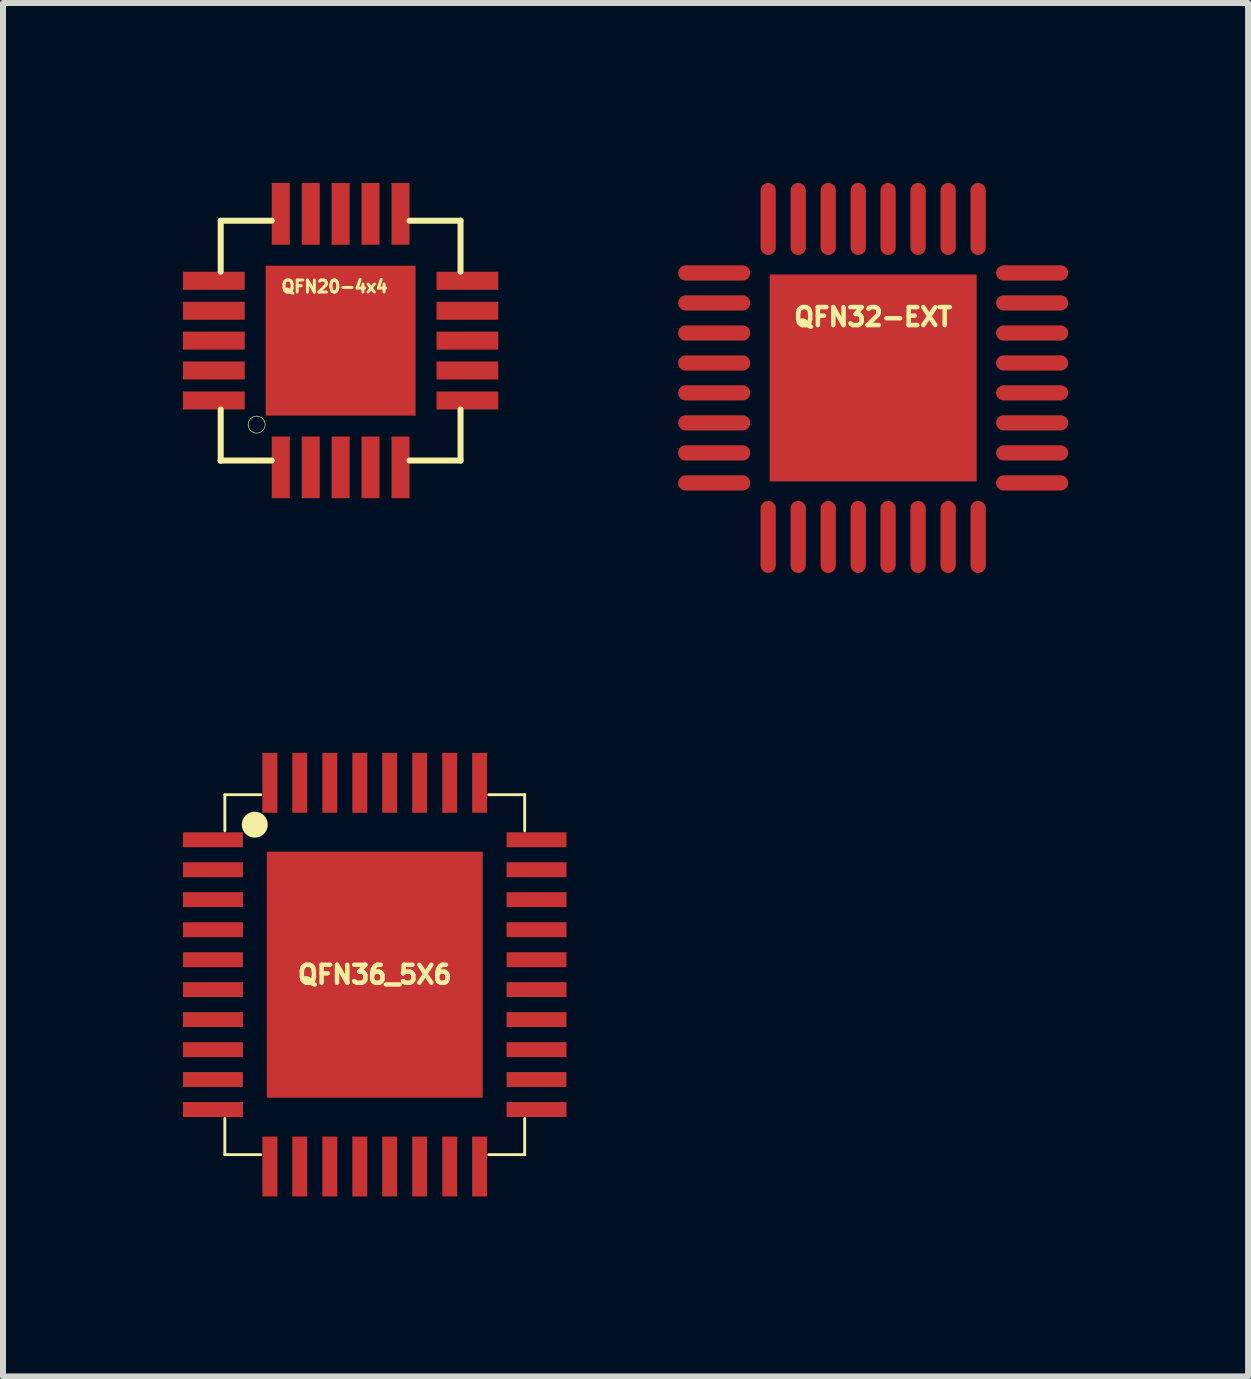
<source format=kicad_pcb>
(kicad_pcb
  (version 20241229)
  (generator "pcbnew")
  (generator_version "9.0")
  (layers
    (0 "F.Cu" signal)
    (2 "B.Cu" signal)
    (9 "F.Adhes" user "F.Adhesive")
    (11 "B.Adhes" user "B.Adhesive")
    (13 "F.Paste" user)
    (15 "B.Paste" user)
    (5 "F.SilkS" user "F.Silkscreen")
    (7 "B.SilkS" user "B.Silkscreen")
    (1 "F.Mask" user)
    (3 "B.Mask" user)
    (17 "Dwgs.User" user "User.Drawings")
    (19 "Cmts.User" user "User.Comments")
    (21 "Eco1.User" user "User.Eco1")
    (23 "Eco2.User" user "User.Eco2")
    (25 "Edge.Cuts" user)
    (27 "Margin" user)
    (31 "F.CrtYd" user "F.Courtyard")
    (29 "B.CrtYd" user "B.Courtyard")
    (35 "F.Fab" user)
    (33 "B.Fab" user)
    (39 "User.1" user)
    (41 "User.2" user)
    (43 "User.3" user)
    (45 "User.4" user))
  (footprint "QFN36_5X6"
    (layer "F.Cu")
    (at 3.197 13.197)
    (property "Reference" "QFN36_5X6" (at 0 0 0) (layer "F.SilkS") (effects (font (size 0.3 0.3) (thickness 0.075))))
    (attr through_hole)
    (fp_line (start -2.499 -3) (end -2.499 -2.398) (stroke (width 0.048) (type solid)) (layer "F.SilkS"))
    (fp_line (start -2.499 -3) (end -1.9 -3) (stroke (width 0.048) (type solid)) (layer "F.SilkS"))
    (fp_line (start -2.499 2.398) (end -2.499 3) (stroke (width 0.048) (type solid)) (layer "F.SilkS"))
    (fp_line (start -2.499 3) (end -1.9 3) (stroke (width 0.048) (type solid)) (layer "F.SilkS"))
    (fp_line (start -2 -2.6) (end -2 -2.5) (stroke (width 0.15) (type solid)) (layer "F.SilkS"))
    (fp_line (start 1.9 -3) (end 2.499 -3) (stroke (width 0.048) (type solid)) (layer "F.SilkS"))
    (fp_line (start 1.9 3) (end 2.499 3) (stroke (width 0.048) (type solid)) (layer "F.SilkS"))
    (fp_line (start 2.499 -3) (end 2.499 -2.398) (stroke (width 0.048) (type solid)) (layer "F.SilkS"))
    (fp_line (start 2.499 2.398) (end 2.499 3) (stroke (width 0.048) (type solid)) (layer "F.SilkS"))
    (fp_circle (center -2 -2.5) (end -2 -2.4) (stroke (width 0.15) (type solid)) (fill no) (layer "F.SilkS"))
    (fp_circle (center -2 -2.5) (end -1.9 -2.4) (stroke (width 0.15) (type solid)) (fill no) (layer "F.SilkS"))
    (pad "1" smd rect (at -2.697 -2.248 90) (size 0.249 0.998) (layers "F.Cu" "F.Mask" "F.Paste"))
    (pad "2" smd rect (at -2.697 -1.748 90) (size 0.249 0.998) (layers "F.Cu" "F.Mask" "F.Paste"))
    (pad "3" smd rect (at -2.697 -1.25 90) (size 0.249 0.998) (layers "F.Cu" "F.Mask" "F.Paste"))
    (pad "4" smd rect (at -2.697 -0.749 90) (size 0.249 0.998) (layers "F.Cu" "F.Mask" "F.Paste"))
    (pad "5" smd rect (at -2.697 -0.249 90) (size 0.249 0.998) (layers "F.Cu" "F.Mask" "F.Paste"))
    (pad "6" smd rect (at -2.697 0.249 90) (size 0.249 0.998) (layers "F.Cu" "F.Mask" "F.Paste"))
    (pad "7" smd rect (at -2.697 0.749 90) (size 0.249 0.998) (layers "F.Cu" "F.Mask" "F.Paste"))
    (pad "8" smd rect (at -2.697 1.25 90) (size 0.249 0.998) (layers "F.Cu" "F.Mask" "F.Paste"))
    (pad "9" smd rect (at -2.697 1.748 90) (size 0.249 0.998) (layers "F.Cu" "F.Mask" "F.Paste"))
    (pad "10" smd rect (at -2.697 2.248 90) (size 0.249 0.998) (layers "F.Cu" "F.Mask" "F.Paste"))
    (pad "11" smd rect (at -1.748 3.198 180) (size 0.249 0.998) (layers "F.Cu" "F.Mask" "F.Paste"))
    (pad "12" smd rect (at -1.25 3.198 180) (size 0.249 0.998) (layers "F.Cu" "F.Mask" "F.Paste"))
    (pad "13" smd rect (at -0.749 3.198 180) (size 0.249 0.998) (layers "F.Cu" "F.Mask" "F.Paste"))
    (pad "14" smd rect (at -0.249 3.198 180) (size 0.249 0.998) (layers "F.Cu" "F.Mask" "F.Paste"))
    (pad "15" smd rect (at 0.249 3.198 180) (size 0.249 0.998) (layers "F.Cu" "F.Mask" "F.Paste"))
    (pad "16" smd rect (at 0.749 3.198 180) (size 0.249 0.998) (layers "F.Cu" "F.Mask" "F.Paste"))
    (pad "17" smd rect (at 1.25 3.198 180) (size 0.249 0.998) (layers "F.Cu" "F.Mask" "F.Paste"))
    (pad "18" smd rect (at 1.748 3.198 180) (size 0.249 0.998) (layers "F.Cu" "F.Mask" "F.Paste"))
    (pad "19" smd rect (at 2.697 2.248 270) (size 0.249 0.998) (layers "F.Cu" "F.Mask" "F.Paste"))
    (pad "20" smd rect (at 2.697 1.748 270) (size 0.249 0.998) (layers "F.Cu" "F.Mask" "F.Paste"))
    (pad "21" smd rect (at 2.697 1.25 270) (size 0.249 0.998) (layers "F.Cu" "F.Mask" "F.Paste"))
    (pad "22" smd rect (at 2.697 0.749 270) (size 0.249 0.998) (layers "F.Cu" "F.Mask" "F.Paste"))
    (pad "23" smd rect (at 2.697 0.249 270) (size 0.249 0.998) (layers "F.Cu" "F.Mask" "F.Paste"))
    (pad "24" smd rect (at 2.697 -0.249 270) (size 0.249 0.998) (layers "F.Cu" "F.Mask" "F.Paste"))
    (pad "25" smd rect (at 2.697 -0.749 270) (size 0.249 0.998) (layers "F.Cu" "F.Mask" "F.Paste"))
    (pad "26" smd rect (at 2.697 -1.25 270) (size 0.249 0.998) (layers "F.Cu" "F.Mask" "F.Paste"))
    (pad "27" smd rect (at 2.697 -1.748 270) (size 0.249 0.998) (layers "F.Cu" "F.Mask" "F.Paste"))
    (pad "28" smd rect (at 2.697 -2.248 270) (size 0.249 0.998) (layers "F.Cu" "F.Mask" "F.Paste"))
    (pad "29" smd rect (at 1.748 -3.198) (size 0.249 0.998) (layers "F.Cu" "F.Mask" "F.Paste"))
    (pad "30" smd rect (at 1.25 -3.198) (size 0.249 0.998) (layers "F.Cu" "F.Mask" "F.Paste"))
    (pad "31" smd rect (at 0.749 -3.198) (size 0.249 0.998) (layers "F.Cu" "F.Mask" "F.Paste"))
    (pad "32" smd rect (at 0.249 -3.198) (size 0.249 0.998) (layers "F.Cu" "F.Mask" "F.Paste"))
    (pad "33" smd rect (at -0.249 -3.198) (size 0.249 0.998) (layers "F.Cu" "F.Mask" "F.Paste"))
    (pad "34" smd rect (at -0.749 -3.198) (size 0.249 0.998) (layers "F.Cu" "F.Mask" "F.Paste"))
    (pad "35" smd rect (at -1.25 -3.198) (size 0.249 0.998) (layers "F.Cu" "F.Mask" "F.Paste"))
    (pad "36" smd rect (at -1.748 -3.198) (size 0.249 0.998) (layers "F.Cu" "F.Mask" "F.Paste"))
    (pad "EXP" smd rect (at 0 0) (size 3.599 4.1) (layers "F.Cu" "F.Mask" "F.Paste")))
  (footprint "QFN20-4x4"
    (layer "F.Cu")
    (at 2.628 2.628)
    (property "Reference" "QFN20-4x4" (at -0.1 -0.9 0) (layer "F.SilkS") (effects (font (size 0.2 0.2) (thickness 0.05))))
    (attr through_hole)
    (fp_line (start -1.999 -1.999) (end -1.999 -1.148) (stroke (width 0.1) (type solid)) (layer "F.SilkS"))
    (fp_line (start -1.999 -1.999) (end -1.148 -1.999) (stroke (width 0.1) (type solid)) (layer "F.SilkS"))
    (fp_line (start -1.999 1.148) (end -1.999 1.999) (stroke (width 0.1) (type solid)) (layer "F.SilkS"))
    (fp_line (start -1.999 1.999) (end -1.999 1.999) (stroke (width 0.1) (type solid)) (layer "F.SilkS"))
    (fp_line (start -1.999 1.999) (end -1.148 1.999) (stroke (width 0.1) (type solid)) (layer "F.SilkS"))
    (fp_line (start 1.148 -1.999) (end 1.999 -1.999) (stroke (width 0.1) (type solid)) (layer "F.SilkS"))
    (fp_line (start 1.148 1.999) (end 1.999 1.999) (stroke (width 0.1) (type solid)) (layer "F.SilkS"))
    (fp_line (start 1.999 -1.999) (end 1.999 -1.148) (stroke (width 0.1) (type solid)) (layer "F.SilkS"))
    (fp_line (start 1.999 1.148) (end 1.999 1.999) (stroke (width 0.1) (type solid)) (layer "F.SilkS"))
    (fp_circle (center -1.4 1.4) (end -1.3 1.5) (stroke (width 0.01) (type solid)) (fill no) (layer "F.SilkS"))
    (pad "1" smd rect (at -0.998 2.113 180) (size 0.3 1.029) (layers "F.Cu" "F.Mask" "F.Paste"))
    (pad "2" smd rect (at -0.498 2.113 180) (size 0.3 1.029) (layers "F.Cu" "F.Mask" "F.Paste"))
    (pad "3" smd rect (at 0 2.113 180) (size 0.3 1.029) (layers "F.Cu" "F.Mask" "F.Paste"))
    (pad "4" smd rect (at 0.498 2.113 180) (size 0.3 1.029) (layers "F.Cu" "F.Mask" "F.Paste"))
    (pad "5" smd rect (at 0.998 2.113 180) (size 0.3 1.029) (layers "F.Cu" "F.Mask" "F.Paste"))
    (pad "6" smd rect (at 2.113 0.998 270) (size 0.3 1.029) (layers "F.Cu" "F.Mask" "F.Paste"))
    (pad "7" smd rect (at 2.113 0.498 270) (size 0.3 1.029) (layers "F.Cu" "F.Mask" "F.Paste"))
    (pad "8" smd rect (at 2.113 0 270) (size 0.3 1.029) (layers "F.Cu" "F.Mask" "F.Paste"))
    (pad "9" smd rect (at 2.113 -0.498 270) (size 0.3 1.029) (layers "F.Cu" "F.Mask" "F.Paste"))
    (pad "10" smd rect (at 2.113 -0.998 270) (size 0.3 1.029) (layers "F.Cu" "F.Mask" "F.Paste"))
    (pad "11" smd rect (at 0.998 -2.113) (size 0.3 1.029) (layers "F.Cu" "F.Mask" "F.Paste"))
    (pad "12" smd rect (at 0.498 -2.113) (size 0.3 1.029) (layers "F.Cu" "F.Mask" "F.Paste"))
    (pad "13" smd rect (at 0 -2.113) (size 0.3 1.029) (layers "F.Cu" "F.Mask" "F.Paste"))
    (pad "14" smd rect (at -0.498 -2.113) (size 0.3 1.029) (layers "F.Cu" "F.Mask" "F.Paste"))
    (pad "15" smd rect (at -0.998 -2.113) (size 0.3 1.029) (layers "F.Cu" "F.Mask" "F.Paste"))
    (pad "16" smd rect (at -2.113 -0.998 90) (size 0.3 1.029) (layers "F.Cu" "F.Mask" "F.Paste"))
    (pad "17" smd rect (at -2.113 -0.498 90) (size 0.3 1.029) (layers "F.Cu" "F.Mask" "F.Paste"))
    (pad "18" smd rect (at -2.113 0 90) (size 0.3 1.029) (layers "F.Cu" "F.Mask" "F.Paste"))
    (pad "19" smd rect (at -2.113 0.498 90) (size 0.3 1.029) (layers "F.Cu" "F.Mask" "F.Paste"))
    (pad "20" smd rect (at -2.113 0.998 90) (size 0.3 1.029) (layers "F.Cu" "F.Mask" "F.Paste"))
    (pad "EP" smd rect (at 0 0) (size 2.499 2.499) (layers "F.Cu" "F.Mask" "F.Paste")))
  (footprint "QFN32-EXT"
    (layer "F.Cu")
    (at 11.505 3.25)
    (property "Reference" "QFN32-EXT" (at 0 -1.016 0) (layer "F.SilkS") (effects (font (size 0.3 0.3) (thickness 0.075))))
    (attr smd)
    (fp_line (start -2.5 -2.5) (end -2.5 2.5) (stroke (width 0.01) (type solid)) (layer "Eco2.User"))
    (fp_line (start -2.5 -1.9) (end -1.9 -2.5) (stroke (width 0.01) (type solid)) (layer "Eco2.User"))
    (fp_line (start -2.5 2.5) (end 2.5 2.5) (stroke (width 0.01) (type solid)) (layer "Eco2.User"))
    (fp_line (start 2.5 -2.5) (end -2.5 -2.5) (stroke (width 0.01) (type solid)) (layer "Eco2.User"))
    (fp_line (start 2.5 2.5) (end 2.5 -2.5) (stroke (width 0.01) (type solid)) (layer "Eco2.User"))
    (pad "1" smd oval (at -2.65 -1.75 90) (size 0.254 1.2) (layers "F.Cu" "F.Mask" "F.Paste"))
    (pad "2" smd oval (at -2.65 -1.25 90) (size 0.254 1.2) (layers "F.Cu" "F.Mask" "F.Paste"))
    (pad "3" smd oval (at -2.65 -0.749 90) (size 0.254 1.2) (layers "F.Cu" "F.Mask" "F.Paste"))
    (pad "4" smd oval (at -2.65 -0.249 90) (size 0.254 1.2) (layers "F.Cu" "F.Mask" "F.Paste"))
    (pad "5" smd oval (at -2.65 0.249 90) (size 0.254 1.2) (layers "F.Cu" "F.Mask" "F.Paste"))
    (pad "6" smd oval (at -2.65 0.749 90) (size 0.254 1.2) (layers "F.Cu" "F.Mask" "F.Paste"))
    (pad "7" smd oval (at -2.65 1.25 90) (size 0.254 1.2) (layers "F.Cu" "F.Mask" "F.Paste"))
    (pad "8" smd oval (at -2.65 1.75 90) (size 0.254 1.2) (layers "F.Cu" "F.Mask" "F.Paste"))
    (pad "9" smd oval (at -1.75 2.65) (size 0.254 1.2) (layers "F.Cu" "F.Mask" "F.Paste"))
    (pad "10" smd oval (at -1.25 2.65) (size 0.254 1.2) (layers "F.Cu" "F.Mask" "F.Paste"))
    (pad "11" smd oval (at -0.749 2.65) (size 0.254 1.2) (layers "F.Cu" "F.Mask" "F.Paste"))
    (pad "12" smd oval (at -0.249 2.65) (size 0.254 1.2) (layers "F.Cu" "F.Mask" "F.Paste"))
    (pad "13" smd oval (at 0.249 2.65) (size 0.254 1.2) (layers "F.Cu" "F.Mask" "F.Paste"))
    (pad "14" smd oval (at 0.749 2.65) (size 0.254 1.2) (layers "F.Cu" "F.Mask" "F.Paste"))
    (pad "15" smd oval (at 1.25 2.65) (size 0.254 1.2) (layers "F.Cu" "F.Mask" "F.Paste"))
    (pad "16" smd oval (at 1.75 2.65) (size 0.254 1.2) (layers "F.Cu" "F.Mask" "F.Paste"))
    (pad "17" smd oval (at 2.65 1.75 90) (size 0.254 1.2) (layers "F.Cu" "F.Mask" "F.Paste"))
    (pad "18" smd oval (at 2.65 1.25 90) (size 0.254 1.2) (layers "F.Cu" "F.Mask" "F.Paste"))
    (pad "19" smd oval (at 2.65 0.749 90) (size 0.254 1.2) (layers "F.Cu" "F.Mask" "F.Paste"))
    (pad "20" smd oval (at 2.65 0.249 90) (size 0.254 1.2) (layers "F.Cu" "F.Mask" "F.Paste"))
    (pad "21" smd oval (at 2.65 -0.249 90) (size 0.254 1.2) (layers "F.Cu" "F.Mask" "F.Paste"))
    (pad "22" smd oval (at 2.65 -0.749 90) (size 0.254 1.2) (layers "F.Cu" "F.Mask" "F.Paste"))
    (pad "23" smd oval (at 2.65 -1.25 90) (size 0.254 1.2) (layers "F.Cu" "F.Mask" "F.Paste"))
    (pad "24" smd oval (at 2.65 -1.75 90) (size 0.254 1.2) (layers "F.Cu" "F.Mask" "F.Paste"))
    (pad "25" smd oval (at 1.75 -2.65) (size 0.254 1.2) (layers "F.Cu" "F.Mask" "F.Paste"))
    (pad "26" smd oval (at 1.25 -2.65) (size 0.254 1.2) (layers "F.Cu" "F.Mask" "F.Paste"))
    (pad "27" smd oval (at 0.749 -2.65) (size 0.254 1.2) (layers "F.Cu" "F.Mask" "F.Paste"))
    (pad "28" smd oval (at 0.249 -2.65) (size 0.254 1.2) (layers "F.Cu" "F.Mask" "F.Paste"))
    (pad "29" smd oval (at -0.249 -2.65) (size 0.254 1.2) (layers "F.Cu" "F.Mask" "F.Paste"))
    (pad "30" smd oval (at -0.749 -2.65) (size 0.254 1.2) (layers "F.Cu" "F.Mask" "F.Paste"))
    (pad "31" smd oval (at -1.25 -2.65) (size 0.254 1.2) (layers "F.Cu" "F.Mask" "F.Paste"))
    (pad "32" smd oval (at -1.75 -2.65) (size 0.254 1.2) (layers "F.Cu" "F.Mask" "F.Paste"))
    (pad "33" smd rect (at 0 0) (size 3.45 3.45) (layers "F.Cu" "F.Mask" "F.Paste")))
  (gr_rect
    (start -3 -3)
    (end 17.755 19.894)
    (stroke (width 0.1) (type default))
    (fill no)
    (layer "Edge.Cuts")))
</source>
